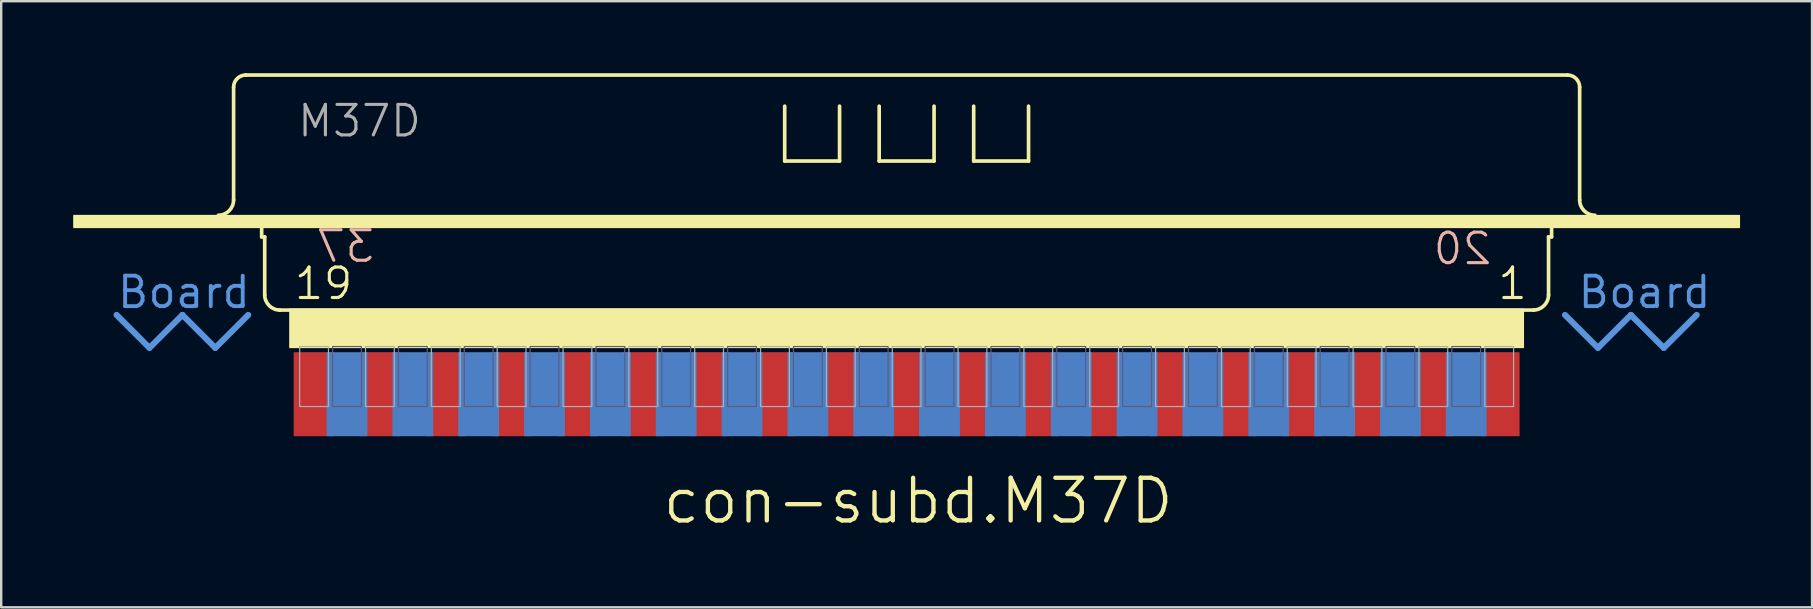
<source format=kicad_pcb>
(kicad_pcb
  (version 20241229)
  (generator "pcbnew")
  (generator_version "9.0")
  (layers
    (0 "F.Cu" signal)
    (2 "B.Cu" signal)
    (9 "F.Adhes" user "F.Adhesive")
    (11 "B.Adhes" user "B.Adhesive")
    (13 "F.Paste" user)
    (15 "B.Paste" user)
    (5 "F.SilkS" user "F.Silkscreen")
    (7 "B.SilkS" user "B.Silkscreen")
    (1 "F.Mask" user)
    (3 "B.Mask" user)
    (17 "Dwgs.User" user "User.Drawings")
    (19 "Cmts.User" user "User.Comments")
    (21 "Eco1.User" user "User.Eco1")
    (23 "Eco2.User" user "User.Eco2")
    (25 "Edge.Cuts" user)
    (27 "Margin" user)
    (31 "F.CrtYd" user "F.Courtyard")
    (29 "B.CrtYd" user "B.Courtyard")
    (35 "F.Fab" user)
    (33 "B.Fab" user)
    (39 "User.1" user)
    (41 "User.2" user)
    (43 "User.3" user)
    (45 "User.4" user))
  (footprint "con-subd.M37D"
    (layer "F.Cu")
    (at 34.725 7.329)
    (property "Reference" "con-subd.M37D" (at -10.262 11.532 0) (layer "F.SilkS") (effects (font (size 1.778 1.778) (thickness 0.18)) (justify left bottom)))
    (attr smd)
    (fp_line (start -28.042 -2.046) (end -28.042 -6.745) (stroke (width 0.152) (type default)) (layer "F.SilkS"))
    (fp_line (start -27.534 -7.253) (end 27.534 -7.253) (stroke (width 0.152) (type default)) (layer "F.SilkS"))
    (fp_line (start -26.873 -0.508) (end -26.873 -1.016) (stroke (width 0.152) (type default)) (layer "F.SilkS"))
    (fp_line (start -26.873 -0.508) (end -26.746 -0.508) (stroke (width 0.152) (type default)) (layer "F.SilkS"))
    (fp_line (start -26.746 1.905) (end -26.746 -0.508) (stroke (width 0.152) (type default)) (layer "F.SilkS"))
    (fp_line (start -26.13 2.54) (end 26.13 2.54) (stroke (width 0.152) (type default)) (layer "F.SilkS"))
    (fp_line (start -5.08 -3.669) (end -5.08 -5.955) (stroke (width 0.152) (type default)) (layer "F.SilkS"))
    (fp_line (start -2.794 -5.955) (end -2.794 -3.669) (stroke (width 0.152) (type default)) (layer "F.SilkS"))
    (fp_line (start -2.794 -3.669) (end -5.08 -3.669) (stroke (width 0.152) (type default)) (layer "F.SilkS"))
    (fp_line (start -1.143 -3.669) (end -1.143 -5.955) (stroke (width 0.152) (type default)) (layer "F.SilkS"))
    (fp_line (start 1.143 -5.955) (end 1.143 -3.669) (stroke (width 0.152) (type default)) (layer "F.SilkS"))
    (fp_line (start 1.143 -3.669) (end -1.143 -3.669) (stroke (width 0.152) (type default)) (layer "F.SilkS"))
    (fp_line (start 2.794 -3.669) (end 2.794 -5.955) (stroke (width 0.152) (type default)) (layer "F.SilkS"))
    (fp_line (start 5.08 -5.955) (end 5.08 -3.669) (stroke (width 0.152) (type default)) (layer "F.SilkS"))
    (fp_line (start 5.08 -3.669) (end 2.794 -3.669) (stroke (width 0.152) (type default)) (layer "F.SilkS"))
    (fp_line (start 26.746 -0.508) (end 26.873 -0.508) (stroke (width 0.152) (type default)) (layer "F.SilkS"))
    (fp_line (start 26.746 1.905) (end 26.746 -0.508) (stroke (width 0.152) (type default)) (layer "F.SilkS"))
    (fp_line (start 26.873 -0.508) (end 26.873 -1.016) (stroke (width 0.152) (type default)) (layer "F.SilkS"))
    (fp_line (start 28.042 -2.046) (end 28.042 -6.745) (stroke (width 0.152) (type default)) (layer "F.SilkS"))
    (fp_rect (start -34.7 -0.9) (end 34.7 -1.4) (stroke (width 0.05) (type default)) (fill yes) (layer "F.SilkS"))
    (fp_rect (start -25.7 4.1) (end 25.7 2.5) (stroke (width 0.05) (type default)) (fill yes) (layer "F.SilkS"))
    (fp_arc (start -28.042 -6.745) (mid -27.89321 -7.10421) (end -27.534 -7.253) (stroke (width 0.1524) (type default)) (layer "F.SilkS"))
    (fp_arc (start -28.042 -2.046) (mid -28.227987 -1.596987) (end -28.677 -1.411) (stroke (width 0.1524) (type default)) (layer "F.SilkS"))
    (fp_arc (start -26.1112 2.54) (mid -26.560213 2.354013) (end -26.7462 1.905) (stroke (width 0.1524) (type default)) (layer "F.SilkS"))
    (fp_arc (start 26.7462 1.905) (mid 26.560213 2.354013) (end 26.1112 2.54) (stroke (width 0.1524) (type default)) (layer "F.SilkS"))
    (fp_arc (start 27.534 -7.253) (mid 27.89321 -7.10421) (end 28.042 -6.745) (stroke (width 0.1524) (type default)) (layer "F.SilkS"))
    (fp_arc (start 28.677 -1.411) (mid 28.227987 -1.596987) (end 28.042 -2.046) (stroke (width 0.1524) (type default)) (layer "F.SilkS"))
    (fp_line (start -32.918 2.743) (end -31.547 4.115) (stroke (width 0.254) (type default)) (layer "Cmts.User"))
    (fp_line (start -31.547 4.115) (end -30.175 2.743) (stroke (width 0.254) (type default)) (layer "Cmts.User"))
    (fp_line (start -30.175 2.743) (end -28.804 4.115) (stroke (width 0.254) (type default)) (layer "Cmts.User"))
    (fp_line (start -28.804 4.115) (end -27.432 2.743) (stroke (width 0.254) (type default)) (layer "Cmts.User"))
    (fp_line (start 27.432 2.743) (end 28.804 4.115) (stroke (width 0.254) (type default)) (layer "Cmts.User"))
    (fp_line (start 28.804 4.115) (end 30.175 2.743) (stroke (width 0.254) (type default)) (layer "Cmts.User"))
    (fp_line (start 30.175 2.743) (end 31.547 4.115) (stroke (width 0.254) (type default)) (layer "Cmts.User"))
    (fp_line (start 31.547 4.115) (end 32.918 2.743) (stroke (width 0.254) (type default)) (layer "Cmts.User"))
    (fp_rect (start -23.917 6.56) (end -22.717 4.06) (stroke (width 0.05) (type default)) (fill no) (layer "B.Fab"))
    (fp_rect (start -21.174 6.56) (end -19.974 4.06) (stroke (width 0.05) (type default)) (fill no) (layer "B.Fab"))
    (fp_rect (start -18.431 6.56) (end -17.231 4.06) (stroke (width 0.05) (type default)) (fill no) (layer "B.Fab"))
    (fp_rect (start -15.688 6.56) (end -14.488 4.06) (stroke (width 0.05) (type default)) (fill no) (layer "B.Fab"))
    (fp_rect (start -12.944 6.56) (end -11.744 4.06) (stroke (width 0.05) (type default)) (fill no) (layer "B.Fab"))
    (fp_rect (start -10.201 6.56) (end -9.001 4.06) (stroke (width 0.05) (type default)) (fill no) (layer "B.Fab"))
    (fp_rect (start -7.458 6.56) (end -6.258 4.06) (stroke (width 0.05) (type default)) (fill no) (layer "B.Fab"))
    (fp_rect (start -4.715 6.56) (end -3.515 4.06) (stroke (width 0.05) (type default)) (fill no) (layer "B.Fab"))
    (fp_rect (start -1.972 6.56) (end -0.772 4.06) (stroke (width 0.05) (type default)) (fill no) (layer "B.Fab"))
    (fp_rect (start 0.772 6.56) (end 1.972 4.06) (stroke (width 0.05) (type default)) (fill no) (layer "B.Fab"))
    (fp_rect (start 3.515 6.56) (end 4.715 4.06) (stroke (width 0.05) (type default)) (fill no) (layer "B.Fab"))
    (fp_rect (start 6.258 6.56) (end 7.458 4.06) (stroke (width 0.05) (type default)) (fill no) (layer "B.Fab"))
    (fp_rect (start 9.001 6.56) (end 10.201 4.06) (stroke (width 0.05) (type default)) (fill no) (layer "B.Fab"))
    (fp_rect (start 11.744 6.56) (end 12.944 4.06) (stroke (width 0.05) (type default)) (fill no) (layer "B.Fab"))
    (fp_rect (start 14.488 6.56) (end 15.688 4.06) (stroke (width 0.05) (type default)) (fill no) (layer "B.Fab"))
    (fp_rect (start 17.231 6.56) (end 18.431 4.06) (stroke (width 0.05) (type default)) (fill no) (layer "B.Fab"))
    (fp_rect (start 19.974 6.56) (end 21.174 4.06) (stroke (width 0.05) (type default)) (fill no) (layer "B.Fab"))
    (fp_rect (start 22.717 6.56) (end 23.917 4.06) (stroke (width 0.05) (type default)) (fill no) (layer "B.Fab"))
    (fp_rect (start -25.289 6.56) (end -24.089 4.06) (stroke (width 0.05) (type default)) (fill no) (layer "F.Fab"))
    (fp_rect (start -22.546 6.56) (end -21.346 4.06) (stroke (width 0.05) (type default)) (fill no) (layer "F.Fab"))
    (fp_rect (start -19.802 6.56) (end -18.602 4.06) (stroke (width 0.05) (type default)) (fill no) (layer "F.Fab"))
    (fp_rect (start -17.059 6.56) (end -15.859 4.06) (stroke (width 0.05) (type default)) (fill no) (layer "F.Fab"))
    (fp_rect (start -14.316 6.56) (end -13.116 4.06) (stroke (width 0.05) (type default)) (fill no) (layer "F.Fab"))
    (fp_rect (start -11.573 6.56) (end -10.373 4.06) (stroke (width 0.05) (type default)) (fill no) (layer "F.Fab"))
    (fp_rect (start -8.83 6.56) (end -7.63 4.06) (stroke (width 0.05) (type default)) (fill no) (layer "F.Fab"))
    (fp_rect (start -6.086 6.56) (end -4.886 4.06) (stroke (width 0.05) (type default)) (fill no) (layer "F.Fab"))
    (fp_rect (start -3.343 6.56) (end -2.143 4.06) (stroke (width 0.05) (type default)) (fill no) (layer "F.Fab"))
    (fp_rect (start -0.6 6.56) (end 0.6 4.06) (stroke (width 0.05) (type default)) (fill no) (layer "F.Fab"))
    (fp_rect (start 2.143 6.56) (end 3.343 4.06) (stroke (width 0.05) (type default)) (fill no) (layer "F.Fab"))
    (fp_rect (start 4.886 6.56) (end 6.086 4.06) (stroke (width 0.05) (type default)) (fill no) (layer "F.Fab"))
    (fp_rect (start 7.63 6.56) (end 8.83 4.06) (stroke (width 0.05) (type default)) (fill no) (layer "F.Fab"))
    (fp_rect (start 10.373 6.56) (end 11.573 4.06) (stroke (width 0.05) (type default)) (fill no) (layer "F.Fab"))
    (fp_rect (start 13.116 6.56) (end 14.316 4.06) (stroke (width 0.05) (type default)) (fill no) (layer "F.Fab"))
    (fp_rect (start 15.859 6.56) (end 17.059 4.06) (stroke (width 0.05) (type default)) (fill no) (layer "F.Fab"))
    (fp_rect (start 18.602 6.56) (end 19.802 4.06) (stroke (width 0.05) (type default)) (fill no) (layer "F.Fab"))
    (fp_rect (start 21.346 6.56) (end 22.546 4.06) (stroke (width 0.05) (type default)) (fill no) (layer "F.Fab"))
    (fp_rect (start 24.089 6.56) (end 25.289 4.06) (stroke (width 0.05) (type default)) (fill no) (layer "F.Fab"))
    (fp_text user "1" (at 24.555 2.179 0) (layer "F.SilkS") (effects (font (size 1.27 1.27) (thickness 0.13)) (justify left bottom)))
    (fp_text user "19" (at -25.59 2.179 0) (layer "F.SilkS") (effects (font (size 1.27 1.27) (thickness 0.13)) (justify left bottom)))
    (fp_text user "20" (at 24.455 0.725 0) (layer "B.SilkS") (effects (font (size 1.27 1.27) (thickness 0.13)) (justify left bottom mirror)))
    (fp_text user "37" (at -22.09 0.625 0) (layer "B.SilkS") (effects (font (size 1.27 1.27) (thickness 0.13)) (justify left bottom mirror)))
    (fp_text user "Board" (at 27.889 2.54 0) (layer "Cmts.User") (effects (font (size 1.27 1.27) (thickness 0.16)) (justify left bottom)))
    (fp_text user "Board " (at -32.969 2.54 0) (layer "Cmts.User") (effects (font (size 1.27 1.27) (thickness 0.16)) (justify left bottom)))
    (fp_text user "M37D" (at -25.451 -4.597 0) (layer "F.Fab") (effects (font (size 1.27 1.27) (thickness 0.13)) (justify left bottom)))
    (pad "1" smd roundrect (at 24.689 6.045) (size 1.7 3.5) (layers "F.Cu" "F.Mask" "F.Paste") (roundrect_rratio 0.01))
    (pad "2" smd roundrect (at 21.946 6.045) (size 1.7 3.5) (layers "F.Cu" "F.Mask" "F.Paste") (roundrect_rratio 0.01))
    (pad "3" smd roundrect (at 19.202 6.045) (size 1.7 3.5) (layers "F.Cu" "F.Mask" "F.Paste") (roundrect_rratio 0.01))
    (pad "4" smd roundrect (at 16.459 6.045) (size 1.7 3.5) (layers "F.Cu" "F.Mask" "F.Paste") (roundrect_rratio 0.01))
    (pad "5" smd roundrect (at 13.716 6.045) (size 1.7 3.5) (layers "F.Cu" "F.Mask" "F.Paste") (roundrect_rratio 0.01))
    (pad "6" smd roundrect (at 10.973 6.045) (size 1.7 3.5) (layers "F.Cu" "F.Mask" "F.Paste") (roundrect_rratio 0.01))
    (pad "7" smd roundrect (at 8.23 6.045) (size 1.7 3.5) (layers "F.Cu" "F.Mask" "F.Paste") (roundrect_rratio 0.01))
    (pad "8" smd roundrect (at 5.486 6.045) (size 1.7 3.5) (layers "F.Cu" "F.Mask" "F.Paste") (roundrect_rratio 0.01))
    (pad "9" smd roundrect (at 2.743 6.045) (size 1.7 3.5) (layers "F.Cu" "F.Mask" "F.Paste") (roundrect_rratio 0.01))
    (pad "10" smd roundrect (at 0 6.045) (size 1.7 3.5) (layers "F.Cu" "F.Mask" "F.Paste") (roundrect_rratio 0.01))
    (pad "11" smd roundrect (at -2.743 6.045) (size 1.7 3.5) (layers "F.Cu" "F.Mask" "F.Paste") (roundrect_rratio 0.01))
    (pad "12" smd roundrect (at -5.486 6.045) (size 1.7 3.5) (layers "F.Cu" "F.Mask" "F.Paste") (roundrect_rratio 0.01))
    (pad "13" smd roundrect (at -8.23 6.045) (size 1.7 3.5) (layers "F.Cu" "F.Mask" "F.Paste") (roundrect_rratio 0.01))
    (pad "14" smd roundrect (at -10.973 6.045) (size 1.7 3.5) (layers "F.Cu" "F.Mask" "F.Paste") (roundrect_rratio 0.01))
    (pad "15" smd roundrect (at -13.716 6.045) (size 1.7 3.5) (layers "F.Cu" "F.Mask" "F.Paste") (roundrect_rratio 0.01))
    (pad "16" smd roundrect (at -16.459 6.045) (size 1.7 3.5) (layers "F.Cu" "F.Mask" "F.Paste") (roundrect_rratio 0.01))
    (pad "17" smd roundrect (at -19.202 6.045) (size 1.7 3.5) (layers "F.Cu" "F.Mask" "F.Paste") (roundrect_rratio 0.01))
    (pad "18" smd roundrect (at -21.946 6.045) (size 1.7 3.5) (layers "F.Cu" "F.Mask" "F.Paste") (roundrect_rratio 0.01))
    (pad "19" smd roundrect (at -24.689 6.045) (size 1.7 3.5) (layers "F.Cu" "F.Mask" "F.Paste") (roundrect_rratio 0.01))
    (pad "20" smd roundrect (at 23.317 6.045) (size 1.7 3.5) (layers "B.Cu" "B.Mask" "B.Paste") (roundrect_rratio 0.01))
    (pad "21" smd roundrect (at 20.574 6.045) (size 1.7 3.5) (layers "B.Cu" "B.Mask" "B.Paste") (roundrect_rratio 0.01))
    (pad "22" smd roundrect (at 17.831 6.045) (size 1.7 3.5) (layers "B.Cu" "B.Mask" "B.Paste") (roundrect_rratio 0.01))
    (pad "23" smd roundrect (at 15.088 6.045) (size 1.7 3.5) (layers "B.Cu" "B.Mask" "B.Paste") (roundrect_rratio 0.01))
    (pad "24" smd roundrect (at 12.344 6.045) (size 1.7 3.5) (layers "B.Cu" "B.Mask" "B.Paste") (roundrect_rratio 0.01))
    (pad "25" smd roundrect (at 9.601 6.045) (size 1.7 3.5) (layers "B.Cu" "B.Mask" "B.Paste") (roundrect_rratio 0.01))
    (pad "26" smd roundrect (at 6.858 6.045) (size 1.7 3.5) (layers "B.Cu" "B.Mask" "B.Paste") (roundrect_rratio 0.01))
    (pad "27" smd roundrect (at 4.115 6.045) (size 1.7 3.5) (layers "B.Cu" "B.Mask" "B.Paste") (roundrect_rratio 0.01))
    (pad "28" smd roundrect (at 1.372 6.045) (size 1.7 3.5) (layers "B.Cu" "B.Mask" "B.Paste") (roundrect_rratio 0.01))
    (pad "29" smd roundrect (at -1.372 6.045) (size 1.7 3.5) (layers "B.Cu" "B.Mask" "B.Paste") (roundrect_rratio 0.01))
    (pad "30" smd roundrect (at -4.115 6.045) (size 1.7 3.5) (layers "B.Cu" "B.Mask" "B.Paste") (roundrect_rratio 0.01))
    (pad "31" smd roundrect (at -6.858 6.045) (size 1.7 3.5) (layers "B.Cu" "B.Mask" "B.Paste") (roundrect_rratio 0.01))
    (pad "32" smd roundrect (at -9.601 6.045) (size 1.7 3.5) (layers "B.Cu" "B.Mask" "B.Paste") (roundrect_rratio 0.01))
    (pad "33" smd roundrect (at -12.344 6.045) (size 1.7 3.5) (layers "B.Cu" "B.Mask" "B.Paste") (roundrect_rratio 0.01))
    (pad "34" smd roundrect (at -15.088 6.045) (size 1.7 3.5) (layers "B.Cu" "B.Mask" "B.Paste") (roundrect_rratio 0.01))
    (pad "35" smd roundrect (at -17.831 6.045) (size 1.7 3.5) (layers "B.Cu" "B.Mask" "B.Paste") (roundrect_rratio 0.01))
    (pad "36" smd roundrect (at -20.574 6.045) (size 1.7 3.5) (layers "B.Cu" "B.Mask" "B.Paste") (roundrect_rratio 0.01))
    (pad "37" smd roundrect (at -23.317 6.045) (size 1.7 3.5) (layers "B.Cu" "B.Mask" "B.Paste") (roundrect_rratio 0.01)))
  (gr_rect
    (start -3 -3)
    (end 72.45 22.255)
    (stroke (width 0.1) (type default))
    (fill no)
    (layer "Edge.Cuts")))
</source>
